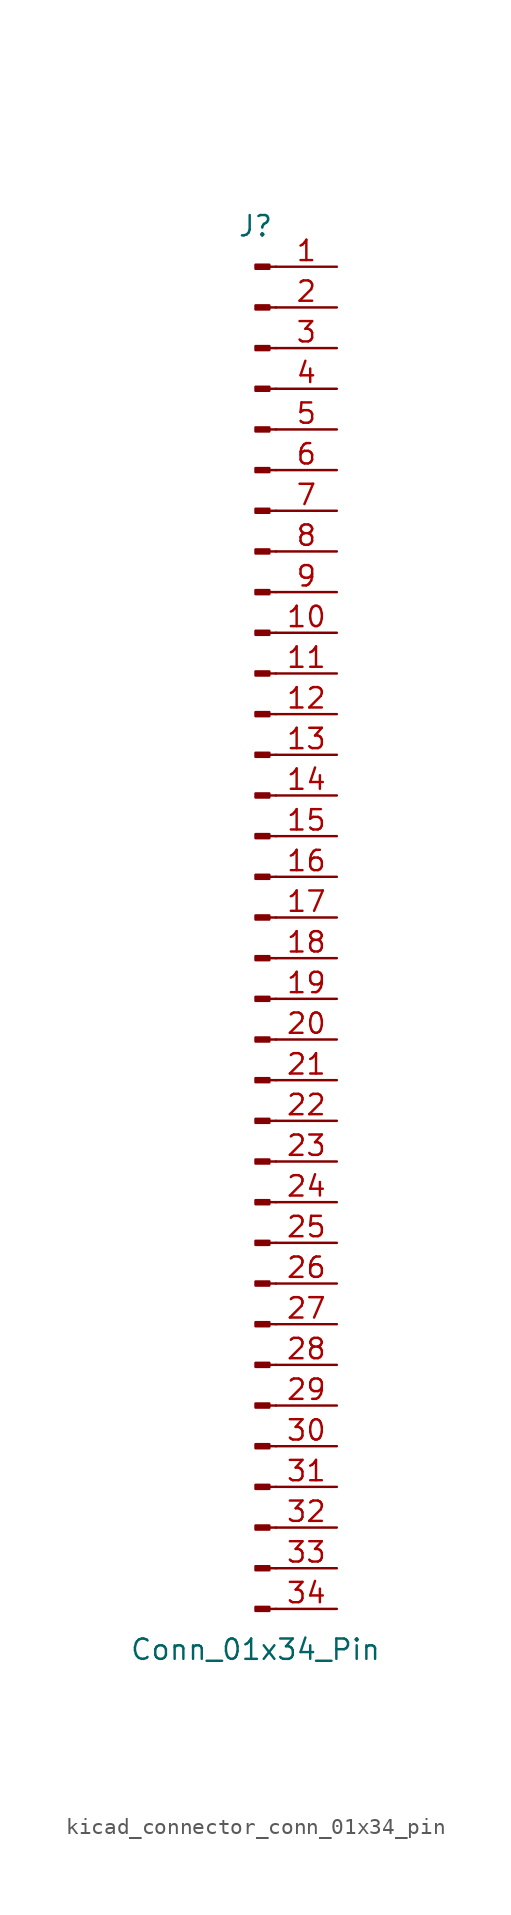
<source format=kicad_sym>
(kicad_symbol_lib
  (version 20220914)
  (generator kicad_symbol_editor)
  (symbol "kicad_connector_conn_01x34_pin"
    (pin_names
      (offset 1.016) hide)
    (property "Reference" "J"
      (at 0 43.18 0)
      (effects (font (size 1.27 1.27))))
    (property "Value" "Conn_01x34_Pin"
      (at 0 -45.72 0)
      (effects (font (size 1.27 1.27))))
    (property "ki_locked" ""
      (at 0 0 0)
      (effects (font (size 1.27 1.27))))
    (symbol "kicad_connector_conn_01x34_pin_1_1"
      (polyline (pts (xy 1.27 -43.18) (xy 0.864 -43.18)) (stroke (width 0.152) (type default)) (fill (type none)))
      (polyline (pts (xy 1.27 -40.64) (xy 0.864 -40.64)) (stroke (width 0.152) (type default)) (fill (type none)))
      (polyline (pts (xy 1.27 -38.1) (xy 0.864 -38.1)) (stroke (width 0.152) (type default)) (fill (type none)))
      (polyline (pts (xy 1.27 -35.56) (xy 0.864 -35.56)) (stroke (width 0.152) (type default)) (fill (type none)))
      (polyline (pts (xy 1.27 -33.02) (xy 0.864 -33.02)) (stroke (width 0.152) (type default)) (fill (type none)))
      (polyline (pts (xy 1.27 -30.48) (xy 0.864 -30.48)) (stroke (width 0.152) (type default)) (fill (type none)))
      (polyline (pts (xy 1.27 -27.94) (xy 0.864 -27.94)) (stroke (width 0.152) (type default)) (fill (type none)))
      (polyline (pts (xy 1.27 -25.4) (xy 0.864 -25.4)) (stroke (width 0.152) (type default)) (fill (type none)))
      (polyline (pts (xy 1.27 -22.86) (xy 0.864 -22.86)) (stroke (width 0.152) (type default)) (fill (type none)))
      (polyline (pts (xy 1.27 -20.32) (xy 0.864 -20.32)) (stroke (width 0.152) (type default)) (fill (type none)))
      (polyline (pts (xy 1.27 -17.78) (xy 0.864 -17.78)) (stroke (width 0.152) (type default)) (fill (type none)))
      (polyline (pts (xy 1.27 -15.24) (xy 0.864 -15.24)) (stroke (width 0.152) (type default)) (fill (type none)))
      (polyline (pts (xy 1.27 -12.7) (xy 0.864 -12.7)) (stroke (width 0.152) (type default)) (fill (type none)))
      (polyline (pts (xy 1.27 -10.16) (xy 0.864 -10.16)) (stroke (width 0.152) (type default)) (fill (type none)))
      (polyline (pts (xy 1.27 -7.62) (xy 0.864 -7.62)) (stroke (width 0.152) (type default)) (fill (type none)))
      (polyline (pts (xy 1.27 -5.08) (xy 0.864 -5.08)) (stroke (width 0.152) (type default)) (fill (type none)))
      (polyline (pts (xy 1.27 -2.54) (xy 0.864 -2.54)) (stroke (width 0.152) (type default)) (fill (type none)))
      (polyline (pts (xy 1.27 0) (xy 0.864 0)) (stroke (width 0.152) (type default)) (fill (type none)))
      (polyline (pts (xy 1.27 2.54) (xy 0.864 2.54)) (stroke (width 0.152) (type default)) (fill (type none)))
      (polyline (pts (xy 1.27 5.08) (xy 0.864 5.08)) (stroke (width 0.152) (type default)) (fill (type none)))
      (polyline (pts (xy 1.27 7.62) (xy 0.864 7.62)) (stroke (width 0.152) (type default)) (fill (type none)))
      (polyline (pts (xy 1.27 10.16) (xy 0.864 10.16)) (stroke (width 0.152) (type default)) (fill (type none)))
      (polyline (pts (xy 1.27 12.7) (xy 0.864 12.7)) (stroke (width 0.152) (type default)) (fill (type none)))
      (polyline (pts (xy 1.27 15.24) (xy 0.864 15.24)) (stroke (width 0.152) (type default)) (fill (type none)))
      (polyline (pts (xy 1.27 17.78) (xy 0.864 17.78)) (stroke (width 0.152) (type default)) (fill (type none)))
      (polyline (pts (xy 1.27 20.32) (xy 0.864 20.32)) (stroke (width 0.152) (type default)) (fill (type none)))
      (polyline (pts (xy 1.27 22.86) (xy 0.864 22.86)) (stroke (width 0.152) (type default)) (fill (type none)))
      (polyline (pts (xy 1.27 25.4) (xy 0.864 25.4)) (stroke (width 0.152) (type default)) (fill (type none)))
      (polyline (pts (xy 1.27 27.94) (xy 0.864 27.94)) (stroke (width 0.152) (type default)) (fill (type none)))
      (polyline (pts (xy 1.27 30.48) (xy 0.864 30.48)) (stroke (width 0.152) (type default)) (fill (type none)))
      (polyline (pts (xy 1.27 33.02) (xy 0.864 33.02)) (stroke (width 0.152) (type default)) (fill (type none)))
      (polyline (pts (xy 1.27 35.56) (xy 0.864 35.56)) (stroke (width 0.152) (type default)) (fill (type none)))
      (polyline (pts (xy 1.27 38.1) (xy 0.864 38.1)) (stroke (width 0.152) (type default)) (fill (type none)))
      (polyline (pts (xy 1.27 40.64) (xy 0.864 40.64)) (stroke (width 0.152) (type default)) (fill (type none)))
      (rectangle (start 0.864 -43.053) (end 0 -43.307) (stroke (width 0.152) (type default)) (fill (type outline)))
      (rectangle (start 0.864 -40.513) (end 0 -40.767) (stroke (width 0.152) (type default)) (fill (type outline)))
      (rectangle (start 0.864 -37.973) (end 0 -38.227) (stroke (width 0.152) (type default)) (fill (type outline)))
      (rectangle (start 0.864 -35.433) (end 0 -35.687) (stroke (width 0.152) (type default)) (fill (type outline)))
      (rectangle (start 0.864 -32.893) (end 0 -33.147) (stroke (width 0.152) (type default)) (fill (type outline)))
      (rectangle (start 0.864 -30.353) (end 0 -30.607) (stroke (width 0.152) (type default)) (fill (type outline)))
      (rectangle (start 0.864 -27.813) (end 0 -28.067) (stroke (width 0.152) (type default)) (fill (type outline)))
      (rectangle (start 0.864 -25.273) (end 0 -25.527) (stroke (width 0.152) (type default)) (fill (type outline)))
      (rectangle (start 0.864 -22.733) (end 0 -22.987) (stroke (width 0.152) (type default)) (fill (type outline)))
      (rectangle (start 0.864 -20.193) (end 0 -20.447) (stroke (width 0.152) (type default)) (fill (type outline)))
      (rectangle (start 0.864 -17.653) (end 0 -17.907) (stroke (width 0.152) (type default)) (fill (type outline)))
      (rectangle (start 0.864 -15.113) (end 0 -15.367) (stroke (width 0.152) (type default)) (fill (type outline)))
      (rectangle (start 0.864 -12.573) (end 0 -12.827) (stroke (width 0.152) (type default)) (fill (type outline)))
      (rectangle (start 0.864 -10.033) (end 0 -10.287) (stroke (width 0.152) (type default)) (fill (type outline)))
      (rectangle (start 0.864 -7.493) (end 0 -7.747) (stroke (width 0.152) (type default)) (fill (type outline)))
      (rectangle (start 0.864 -4.953) (end 0 -5.207) (stroke (width 0.152) (type default)) (fill (type outline)))
      (rectangle (start 0.864 -2.413) (end 0 -2.667) (stroke (width 0.152) (type default)) (fill (type outline)))
      (rectangle (start 0.864 0.127) (end 0 -0.127) (stroke (width 0.152) (type default)) (fill (type outline)))
      (rectangle (start 0.864 2.667) (end 0 2.413) (stroke (width 0.152) (type default)) (fill (type outline)))
      (rectangle (start 0.864 5.207) (end 0 4.953) (stroke (width 0.152) (type default)) (fill (type outline)))
      (rectangle (start 0.864 7.747) (end 0 7.493) (stroke (width 0.152) (type default)) (fill (type outline)))
      (rectangle (start 0.864 10.287) (end 0 10.033) (stroke (width 0.152) (type default)) (fill (type outline)))
      (rectangle (start 0.864 12.827) (end 0 12.573) (stroke (width 0.152) (type default)) (fill (type outline)))
      (rectangle (start 0.864 15.367) (end 0 15.113) (stroke (width 0.152) (type default)) (fill (type outline)))
      (rectangle (start 0.864 17.907) (end 0 17.653) (stroke (width 0.152) (type default)) (fill (type outline)))
      (rectangle (start 0.864 20.447) (end 0 20.193) (stroke (width 0.152) (type default)) (fill (type outline)))
      (rectangle (start 0.864 22.987) (end 0 22.733) (stroke (width 0.152) (type default)) (fill (type outline)))
      (rectangle (start 0.864 25.527) (end 0 25.273) (stroke (width 0.152) (type default)) (fill (type outline)))
      (rectangle (start 0.864 28.067) (end 0 27.813) (stroke (width 0.152) (type default)) (fill (type outline)))
      (rectangle (start 0.864 30.607) (end 0 30.353) (stroke (width 0.152) (type default)) (fill (type outline)))
      (rectangle (start 0.864 33.147) (end 0 32.893) (stroke (width 0.152) (type default)) (fill (type outline)))
      (rectangle (start 0.864 35.687) (end 0 35.433) (stroke (width 0.152) (type default)) (fill (type outline)))
      (rectangle (start 0.864 38.227) (end 0 37.973) (stroke (width 0.152) (type default)) (fill (type outline)))
      (rectangle (start 0.864 40.767) (end 0 40.513) (stroke (width 0.152) (type default)) (fill (type outline)))
      (pin passive line (at 5.08 40.64 180) (length 3.81) (name "Pin_1" (effects (font (size 1.27 1.27)))) (number "1" (effects (font (size 1.27 1.27)))))
      (pin passive line (at 5.08 17.78 180) (length 3.81) (name "Pin_10" (effects (font (size 1.27 1.27)))) (number "10" (effects (font (size 1.27 1.27)))))
      (pin passive line (at 5.08 15.24 180) (length 3.81) (name "Pin_11" (effects (font (size 1.27 1.27)))) (number "11" (effects (font (size 1.27 1.27)))))
      (pin passive line (at 5.08 12.7 180) (length 3.81) (name "Pin_12" (effects (font (size 1.27 1.27)))) (number "12" (effects (font (size 1.27 1.27)))))
      (pin passive line (at 5.08 10.16 180) (length 3.81) (name "Pin_13" (effects (font (size 1.27 1.27)))) (number "13" (effects (font (size 1.27 1.27)))))
      (pin passive line (at 5.08 7.62 180) (length 3.81) (name "Pin_14" (effects (font (size 1.27 1.27)))) (number "14" (effects (font (size 1.27 1.27)))))
      (pin passive line (at 5.08 5.08 180) (length 3.81) (name "Pin_15" (effects (font (size 1.27 1.27)))) (number "15" (effects (font (size 1.27 1.27)))))
      (pin passive line (at 5.08 2.54 180) (length 3.81) (name "Pin_16" (effects (font (size 1.27 1.27)))) (number "16" (effects (font (size 1.27 1.27)))))
      (pin passive line (at 5.08 0 180) (length 3.81) (name "Pin_17" (effects (font (size 1.27 1.27)))) (number "17" (effects (font (size 1.27 1.27)))))
      (pin passive line (at 5.08 -2.54 180) (length 3.81) (name "Pin_18" (effects (font (size 1.27 1.27)))) (number "18" (effects (font (size 1.27 1.27)))))
      (pin passive line (at 5.08 -5.08 180) (length 3.81) (name "Pin_19" (effects (font (size 1.27 1.27)))) (number "19" (effects (font (size 1.27 1.27)))))
      (pin passive line (at 5.08 38.1 180) (length 3.81) (name "Pin_2" (effects (font (size 1.27 1.27)))) (number "2" (effects (font (size 1.27 1.27)))))
      (pin passive line (at 5.08 -7.62 180) (length 3.81) (name "Pin_20" (effects (font (size 1.27 1.27)))) (number "20" (effects (font (size 1.27 1.27)))))
      (pin passive line (at 5.08 -10.16 180) (length 3.81) (name "Pin_21" (effects (font (size 1.27 1.27)))) (number "21" (effects (font (size 1.27 1.27)))))
      (pin passive line (at 5.08 -12.7 180) (length 3.81) (name "Pin_22" (effects (font (size 1.27 1.27)))) (number "22" (effects (font (size 1.27 1.27)))))
      (pin passive line (at 5.08 -15.24 180) (length 3.81) (name "Pin_23" (effects (font (size 1.27 1.27)))) (number "23" (effects (font (size 1.27 1.27)))))
      (pin passive line (at 5.08 -17.78 180) (length 3.81) (name "Pin_24" (effects (font (size 1.27 1.27)))) (number "24" (effects (font (size 1.27 1.27)))))
      (pin passive line (at 5.08 -20.32 180) (length 3.81) (name "Pin_25" (effects (font (size 1.27 1.27)))) (number "25" (effects (font (size 1.27 1.27)))))
      (pin passive line (at 5.08 -22.86 180) (length 3.81) (name "Pin_26" (effects (font (size 1.27 1.27)))) (number "26" (effects (font (size 1.27 1.27)))))
      (pin passive line (at 5.08 -25.4 180) (length 3.81) (name "Pin_27" (effects (font (size 1.27 1.27)))) (number "27" (effects (font (size 1.27 1.27)))))
      (pin passive line (at 5.08 -27.94 180) (length 3.81) (name "Pin_28" (effects (font (size 1.27 1.27)))) (number "28" (effects (font (size 1.27 1.27)))))
      (pin passive line (at 5.08 -30.48 180) (length 3.81) (name "Pin_29" (effects (font (size 1.27 1.27)))) (number "29" (effects (font (size 1.27 1.27)))))
      (pin passive line (at 5.08 35.56 180) (length 3.81) (name "Pin_3" (effects (font (size 1.27 1.27)))) (number "3" (effects (font (size 1.27 1.27)))))
      (pin passive line (at 5.08 -33.02 180) (length 3.81) (name "Pin_30" (effects (font (size 1.27 1.27)))) (number "30" (effects (font (size 1.27 1.27)))))
      (pin passive line (at 5.08 -35.56 180) (length 3.81) (name "Pin_31" (effects (font (size 1.27 1.27)))) (number "31" (effects (font (size 1.27 1.27)))))
      (pin passive line (at 5.08 -38.1 180) (length 3.81) (name "Pin_32" (effects (font (size 1.27 1.27)))) (number "32" (effects (font (size 1.27 1.27)))))
      (pin passive line (at 5.08 -40.64 180) (length 3.81) (name "Pin_33" (effects (font (size 1.27 1.27)))) (number "33" (effects (font (size 1.27 1.27)))))
      (pin passive line (at 5.08 -43.18 180) (length 3.81) (name "Pin_34" (effects (font (size 1.27 1.27)))) (number "34" (effects (font (size 1.27 1.27)))))
      (pin passive line (at 5.08 33.02 180) (length 3.81) (name "Pin_4" (effects (font (size 1.27 1.27)))) (number "4" (effects (font (size 1.27 1.27)))))
      (pin passive line (at 5.08 30.48 180) (length 3.81) (name "Pin_5" (effects (font (size 1.27 1.27)))) (number "5" (effects (font (size 1.27 1.27)))))
      (pin passive line (at 5.08 27.94 180) (length 3.81) (name "Pin_6" (effects (font (size 1.27 1.27)))) (number "6" (effects (font (size 1.27 1.27)))))
      (pin passive line (at 5.08 25.4 180) (length 3.81) (name "Pin_7" (effects (font (size 1.27 1.27)))) (number "7" (effects (font (size 1.27 1.27)))))
      (pin passive line (at 5.08 22.86 180) (length 3.81) (name "Pin_8" (effects (font (size 1.27 1.27)))) (number "8" (effects (font (size 1.27 1.27)))))
      (pin passive line (at 5.08 20.32 180) (length 3.81) (name "Pin_9" (effects (font (size 1.27 1.27)))) (number "9" (effects (font (size 1.27 1.27))))))))
</source>
